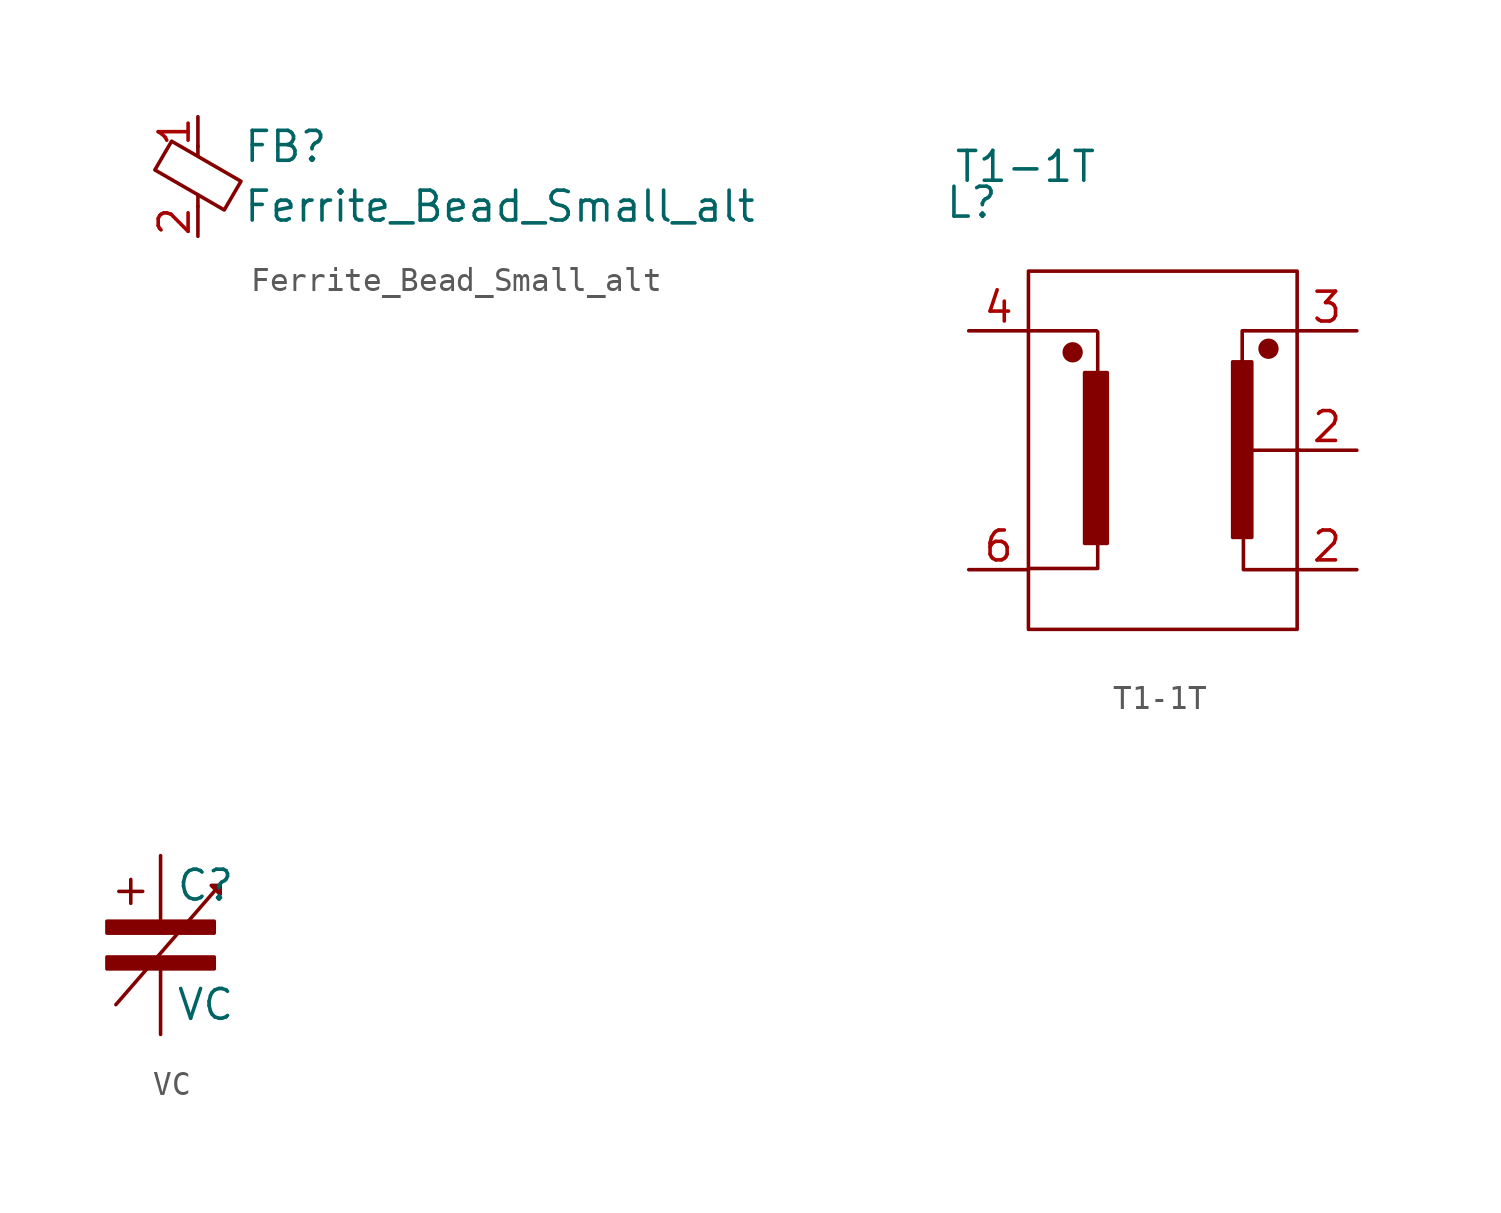
<source format=kicad_sym>
(kicad_symbol_lib
  (version 20211014)
  (generator kicad_symbol_editor)
  (symbol "Ferrite_Bead_Small_alt"
    (pin_names
      (offset 0))
    (property "Reference" "FB"
      (at 1.905 1.27 0)
      (effects (font (size 1.27 1.27)) (justify left)))
    (property "Value" "Ferrite_Bead_Small_alt"
      (at 1.905 -1.27 0)
      (effects (font (size 1.27 1.27)) (justify left)))
    (symbol "Ferrite_Bead_Small_alt_0_1"
      (polyline (pts (xy 0 -1.27) (xy 0 -0.787)) (stroke (width 0) (type default) (color 0 0 0 0)) (fill (type none)))
      (polyline (pts (xy 0 0.889) (xy 0 1.295)) (stroke (width 0) (type default) (color 0 0 0 0)) (fill (type none)))
      (polyline (pts (xy -1.829 0.279) (xy -1.118 1.499) (xy 1.829 -0.203) (xy 1.118 -1.422) (xy -1.829 0.279)) (stroke (width 0) (type default) (color 0 0 0 0)) (fill (type none))))
    (symbol "Ferrite_Bead_Small_alt_1_1"
      (pin passive line (at 0 2.54 270) (length 1.27) (name "~" (effects (font (size 1.27 1.27)))) (number "1" (effects (font (size 1.27 1.27)))))
      (pin passive line (at 0 -2.54 90) (length 1.27) (name "~" (effects (font (size 1.27 1.27)))) (number "2" (effects (font (size 1.27 1.27)))))))
  (symbol "T1-1T"
    (pin_names
      (offset 0) hide)
    (property "Reference" "L"
      (at -2.413 1.651 0)
      (effects (font (size 1.27 1.27))))
    (property "Value" "T1-1T"
      (at -0.127 3.175 0)
      (effects (font (size 1.27 1.27))))
    (symbol "T1-1T_0_1"
      (rectangle (start 0 -1.27) (end 11.43 -16.51) (stroke (width 0) (type default) (color 0 0 0 0)) (fill (type none)))
      (polyline (pts (xy 2.946 -3.861) (xy 2.946 -5.486)) (stroke (width 0) (type default) (color 0 0 0 0)) (fill (type none)))
      (polyline (pts (xy 9.55 -8.89) (xy 11.532 -8.89)) (stroke (width 0) (type default) (color 0 0 0 0)) (fill (type none)))
      (polyline (pts (xy 0 -13.919) (xy 2.946 -13.919) (xy 2.946 -12.751)) (stroke (width 0) (type default) (color 0 0 0 0)) (fill (type none)))
      (polyline (pts (xy 0.051 -3.81) (xy 2.184 -3.81) (xy 2.896 -3.81)) (stroke (width 0) (type default) (color 0 0 0 0)) (fill (type none)))
      (polyline (pts (xy 9.144 -12.649) (xy 9.144 -13.97) (xy 11.43 -13.97)) (stroke (width 0) (type default) (color 0 0 0 0)) (fill (type none)))
      (polyline (pts (xy 11.43 -3.81) (xy 9.093 -3.81) (xy 9.093 -5.182)) (stroke (width 0) (type default) (color 0 0 0 0)) (fill (type none)))
      (circle (center 1.88 -4.724) (radius 0.356) (stroke (width 0) (type default) (color 0 0 0 0)) (fill (type outline)))
      (rectangle (start 2.388 -5.588) (end 3.353 -12.852) (stroke (width 0) (type default) (color 0 0 0 0)) (fill (type outline)))
      (rectangle (start 8.687 -5.131) (end 9.5 -12.598) (stroke (width 0) (type default) (color 0 0 0 0)) (fill (type outline))))
    (symbol "T1-1T_1_1"
      (circle (center 10.211 -4.572) (radius 0.356) (stroke (width 0) (type default) (color 0 0 0 0)) (fill (type outline)))
      (pin output line (at 13.97 -13.97 180) (length 2.54) (name "Sec" (effects (font (size 1.27 1.27)))) (number "2" (effects (font (size 1.27 1.27)))))
      (pin output line (at 13.97 -8.89 180) (length 2.54) (name "Sec_ct" (effects (font (size 1.27 1.27)))) (number "2" (effects (font (size 1.27 1.27)))))
      (pin output line (at 13.97 -3.81 180) (length 2.54) (name "Sec_dot" (effects (font (size 1.27 1.27)))) (number "3" (effects (font (size 1.27 1.27)))))
      (pin input line (at -2.54 -3.81 0) (length 2.54) (name "Pri_dot" (effects (font (size 1.27 1.27)))) (number "4" (effects (font (size 1.27 1.27)))))
      (pin input line (at -2.54 -13.97 0) (length 2.54) (name "Pri" (effects (font (size 1.27 1.27)))) (number "6" (effects (font (size 1.27 1.27)))))))
  (symbol "VC"
    (pin_numbers hide)
    (pin_names
      (offset 0.254))
    (property "Reference" "C"
      (at 0.635 2.54 0)
      (effects (font (size 1.27 1.27)) (justify left)))
    (property "Value" "VC"
      (at 0.635 -2.54 0)
      (effects (font (size 1.27 1.27)) (justify left)))
    (symbol "VC_0_1"
      (rectangle (start -2.286 0.508) (end 2.286 1.016) (stroke (width 0) (type default) (color 0 0 0 0)) (fill (type outline)))
      (polyline (pts (xy -1.905 -2.54) (xy 2.286 2.286)) (stroke (width 0) (type default) (color 0 0 0 0)) (fill (type none)))
      (polyline (pts (xy -1.778 2.286) (xy -0.762 2.286)) (stroke (width 0) (type default) (color 0 0 0 0)) (fill (type none)))
      (polyline (pts (xy -1.27 2.794) (xy -1.27 1.778)) (stroke (width 0) (type default) (color 0 0 0 0)) (fill (type none)))
      (polyline (pts (xy 2.54 2.54) (xy 2.159 2.54) (xy 2.54 2.159) (xy 2.54 2.54)) (stroke (width 0) (type default) (color 0 0 0 0)) (fill (type outline)))
      (rectangle (start 2.286 -0.508) (end -2.286 -1.016) (stroke (width 0) (type default) (color 0 0 0 0)) (fill (type outline))))
    (symbol "VC_1_1"
      (pin passive line (at 0 3.81 270) (length 2.794) (name "~" (effects (font (size 1.27 1.27)))) (number "1" (effects (font (size 1.27 1.27)))))
      (pin passive line (at 0 -3.81 90) (length 2.794) (name "~" (effects (font (size 1.27 1.27)))) (number "2" (effects (font (size 1.27 1.27))))))))
</source>
